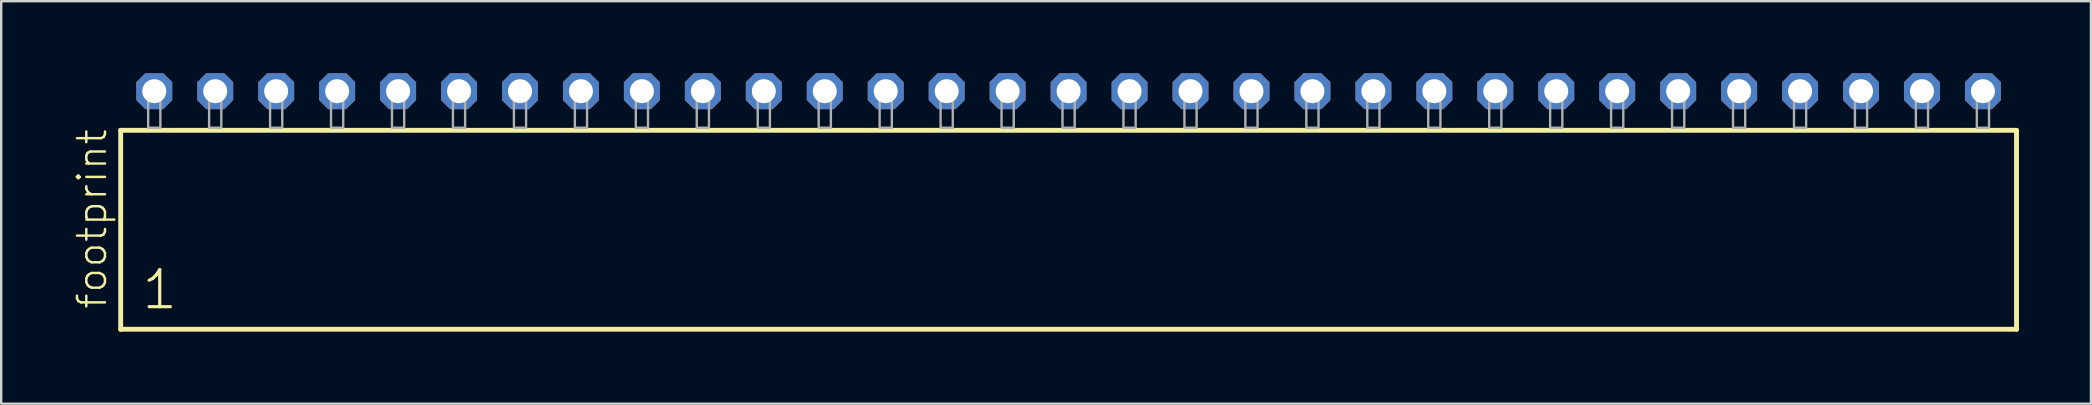
<source format=kicad_pcb>
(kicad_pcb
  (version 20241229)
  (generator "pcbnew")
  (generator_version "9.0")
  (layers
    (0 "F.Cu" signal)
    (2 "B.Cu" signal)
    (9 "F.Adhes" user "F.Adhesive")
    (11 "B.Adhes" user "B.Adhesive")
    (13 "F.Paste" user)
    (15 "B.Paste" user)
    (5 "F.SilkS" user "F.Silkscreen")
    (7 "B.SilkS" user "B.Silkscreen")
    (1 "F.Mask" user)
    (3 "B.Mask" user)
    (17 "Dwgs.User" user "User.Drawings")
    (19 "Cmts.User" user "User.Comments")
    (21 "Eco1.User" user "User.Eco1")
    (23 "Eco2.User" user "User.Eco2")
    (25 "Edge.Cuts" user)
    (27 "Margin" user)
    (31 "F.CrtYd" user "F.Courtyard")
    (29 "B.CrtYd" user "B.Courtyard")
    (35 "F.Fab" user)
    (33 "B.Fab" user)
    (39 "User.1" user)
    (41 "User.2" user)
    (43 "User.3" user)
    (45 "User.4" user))
  (footprint "footprint"
    (layer "F.Cu")
    (at 41.478 2.274)
    (property "Reference" "footprint" (at -40.005 7.62 90) (layer "F.SilkS") (effects (font (size 1.168 1.168) (thickness 0.102)) (justify left bottom)))
    (fp_line (start -39.499 0.106) (end -39.499 8.396) (stroke (width 0.203) (type solid)) (layer "F.SilkS"))
    (fp_line (start -39.499 8.396) (end 39.499 8.396) (stroke (width 0.203) (type solid)) (layer "F.SilkS"))
    (fp_line (start 39.499 0.106) (end -39.499 0.106) (stroke (width 0.203) (type solid)) (layer "F.SilkS"))
    (fp_line (start 39.499 8.396) (end 39.499 0.106) (stroke (width 0.203) (type solid)) (layer "F.SilkS"))
    (fp_poly (pts (xy -38.354 0) (xy -37.846 0) (xy -37.846 -1.778) (xy -38.354 -1.778)) (stroke (width 0.1) (type solid)) (fill no) (layer "F.Fab"))
    (fp_poly (pts (xy -35.814 0) (xy -35.306 0) (xy -35.306 -1.778) (xy -35.814 -1.778)) (stroke (width 0.1) (type solid)) (fill no) (layer "F.Fab"))
    (fp_poly (pts (xy -33.274 0) (xy -32.766 0) (xy -32.766 -1.778) (xy -33.274 -1.778)) (stroke (width 0.1) (type solid)) (fill no) (layer "F.Fab"))
    (fp_poly (pts (xy -30.734 0) (xy -30.226 0) (xy -30.226 -1.778) (xy -30.734 -1.778)) (stroke (width 0.1) (type solid)) (fill no) (layer "F.Fab"))
    (fp_poly (pts (xy -28.194 0) (xy -27.686 0) (xy -27.686 -1.778) (xy -28.194 -1.778)) (stroke (width 0.1) (type solid)) (fill no) (layer "F.Fab"))
    (fp_poly (pts (xy -25.654 0) (xy -25.146 0) (xy -25.146 -1.778) (xy -25.654 -1.778)) (stroke (width 0.1) (type solid)) (fill no) (layer "F.Fab"))
    (fp_poly (pts (xy -23.114 0) (xy -22.606 0) (xy -22.606 -1.778) (xy -23.114 -1.778)) (stroke (width 0.1) (type solid)) (fill no) (layer "F.Fab"))
    (fp_poly (pts (xy -20.574 0) (xy -20.066 0) (xy -20.066 -1.778) (xy -20.574 -1.778)) (stroke (width 0.1) (type solid)) (fill no) (layer "F.Fab"))
    (fp_poly (pts (xy -18.034 0) (xy -17.526 0) (xy -17.526 -1.778) (xy -18.034 -1.778)) (stroke (width 0.1) (type solid)) (fill no) (layer "F.Fab"))
    (fp_poly (pts (xy -15.494 0) (xy -14.986 0) (xy -14.986 -1.778) (xy -15.494 -1.778)) (stroke (width 0.1) (type solid)) (fill no) (layer "F.Fab"))
    (fp_poly (pts (xy -12.954 0) (xy -12.446 0) (xy -12.446 -1.778) (xy -12.954 -1.778)) (stroke (width 0.1) (type solid)) (fill no) (layer "F.Fab"))
    (fp_poly (pts (xy -10.414 0) (xy -9.906 0) (xy -9.906 -1.778) (xy -10.414 -1.778)) (stroke (width 0.1) (type solid)) (fill no) (layer "F.Fab"))
    (fp_poly (pts (xy -7.874 0) (xy -7.366 0) (xy -7.366 -1.778) (xy -7.874 -1.778)) (stroke (width 0.1) (type solid)) (fill no) (layer "F.Fab"))
    (fp_poly (pts (xy -5.334 0) (xy -4.826 0) (xy -4.826 -1.778) (xy -5.334 -1.778)) (stroke (width 0.1) (type solid)) (fill no) (layer "F.Fab"))
    (fp_poly (pts (xy -2.794 0) (xy -2.286 0) (xy -2.286 -1.778) (xy -2.794 -1.778)) (stroke (width 0.1) (type solid)) (fill no) (layer "F.Fab"))
    (fp_poly (pts (xy -0.254 0) (xy 0.254 0) (xy 0.254 -1.778) (xy -0.254 -1.778)) (stroke (width 0.1) (type solid)) (fill no) (layer "F.Fab"))
    (fp_poly (pts (xy 2.286 0) (xy 2.794 0) (xy 2.794 -1.778) (xy 2.286 -1.778)) (stroke (width 0.1) (type solid)) (fill no) (layer "F.Fab"))
    (fp_poly (pts (xy 4.826 0) (xy 5.334 0) (xy 5.334 -1.778) (xy 4.826 -1.778)) (stroke (width 0.1) (type solid)) (fill no) (layer "F.Fab"))
    (fp_poly (pts (xy 7.366 0) (xy 7.874 0) (xy 7.874 -1.778) (xy 7.366 -1.778)) (stroke (width 0.1) (type solid)) (fill no) (layer "F.Fab"))
    (fp_poly (pts (xy 9.906 0) (xy 10.414 0) (xy 10.414 -1.778) (xy 9.906 -1.778)) (stroke (width 0.1) (type solid)) (fill no) (layer "F.Fab"))
    (fp_poly (pts (xy 12.446 0) (xy 12.954 0) (xy 12.954 -1.778) (xy 12.446 -1.778)) (stroke (width 0.1) (type solid)) (fill no) (layer "F.Fab"))
    (fp_poly (pts (xy 14.986 0) (xy 15.494 0) (xy 15.494 -1.778) (xy 14.986 -1.778)) (stroke (width 0.1) (type solid)) (fill no) (layer "F.Fab"))
    (fp_poly (pts (xy 17.526 0) (xy 18.034 0) (xy 18.034 -1.778) (xy 17.526 -1.778)) (stroke (width 0.1) (type solid)) (fill no) (layer "F.Fab"))
    (fp_poly (pts (xy 20.066 0) (xy 20.574 0) (xy 20.574 -1.778) (xy 20.066 -1.778)) (stroke (width 0.1) (type solid)) (fill no) (layer "F.Fab"))
    (fp_poly (pts (xy 22.606 0) (xy 23.114 0) (xy 23.114 -1.778) (xy 22.606 -1.778)) (stroke (width 0.1) (type solid)) (fill no) (layer "F.Fab"))
    (fp_poly (pts (xy 25.146 0) (xy 25.654 0) (xy 25.654 -1.778) (xy 25.146 -1.778)) (stroke (width 0.1) (type solid)) (fill no) (layer "F.Fab"))
    (fp_poly (pts (xy 27.686 0) (xy 28.194 0) (xy 28.194 -1.778) (xy 27.686 -1.778)) (stroke (width 0.1) (type solid)) (fill no) (layer "F.Fab"))
    (fp_poly (pts (xy 30.226 0) (xy 30.734 0) (xy 30.734 -1.778) (xy 30.226 -1.778)) (stroke (width 0.1) (type solid)) (fill no) (layer "F.Fab"))
    (fp_poly (pts (xy 32.766 0) (xy 33.274 0) (xy 33.274 -1.778) (xy 32.766 -1.778)) (stroke (width 0.1) (type solid)) (fill no) (layer "F.Fab"))
    (fp_poly (pts (xy 35.306 0) (xy 35.814 0) (xy 35.814 -1.778) (xy 35.306 -1.778)) (stroke (width 0.1) (type solid)) (fill no) (layer "F.Fab"))
    (fp_poly (pts (xy 37.846 0) (xy 38.354 0) (xy 38.354 -1.778) (xy 37.846 -1.778)) (stroke (width 0.1) (type solid)) (fill no) (layer "F.Fab"))
    (fp_text user "1" (at -38.695 7.65 0) (layer "F.SilkS") (effects (font (size 1.542 1.542) (thickness 0.134)) (justify left bottom)))
    (pad "1" thru_hole roundrect (at -38.1 -1.524) (size 1.5 1.5) (drill 1) (layers "*.Cu" "*.Mask") (roundrect_rratio 0.25) (chamfer_ratio 0.25) (chamfer top_left top_right bottom_left bottom_right))
    (pad "2" thru_hole roundrect (at -35.56 -1.524) (size 1.5 1.5) (drill 1) (layers "*.Cu" "*.Mask") (roundrect_rratio 0.25) (chamfer_ratio 0.25) (chamfer top_left top_right bottom_left bottom_right))
    (pad "3" thru_hole roundrect (at -33.02 -1.524) (size 1.5 1.5) (drill 1) (layers "*.Cu" "*.Mask") (roundrect_rratio 0.25) (chamfer_ratio 0.25) (chamfer top_left top_right bottom_left bottom_right))
    (pad "4" thru_hole roundrect (at -30.48 -1.524) (size 1.5 1.5) (drill 1) (layers "*.Cu" "*.Mask") (roundrect_rratio 0.25) (chamfer_ratio 0.25) (chamfer top_left top_right bottom_left bottom_right))
    (pad "5" thru_hole roundrect (at -27.94 -1.524) (size 1.5 1.5) (drill 1) (layers "*.Cu" "*.Mask") (roundrect_rratio 0.25) (chamfer_ratio 0.25) (chamfer top_left top_right bottom_left bottom_right))
    (pad "6" thru_hole roundrect (at -25.4 -1.524) (size 1.5 1.5) (drill 1) (layers "*.Cu" "*.Mask") (roundrect_rratio 0.25) (chamfer_ratio 0.25) (chamfer top_left top_right bottom_left bottom_right))
    (pad "7" thru_hole roundrect (at -22.86 -1.524) (size 1.5 1.5) (drill 1) (layers "*.Cu" "*.Mask") (roundrect_rratio 0.25) (chamfer_ratio 0.25) (chamfer top_left top_right bottom_left bottom_right))
    (pad "8" thru_hole roundrect (at -20.32 -1.524) (size 1.5 1.5) (drill 1) (layers "*.Cu" "*.Mask") (roundrect_rratio 0.25) (chamfer_ratio 0.25) (chamfer top_left top_right bottom_left bottom_right))
    (pad "9" thru_hole roundrect (at -17.78 -1.524) (size 1.5 1.5) (drill 1) (layers "*.Cu" "*.Mask") (roundrect_rratio 0.25) (chamfer_ratio 0.25) (chamfer top_left top_right bottom_left bottom_right))
    (pad "10" thru_hole roundrect (at -15.24 -1.524) (size 1.5 1.5) (drill 1) (layers "*.Cu" "*.Mask") (roundrect_rratio 0.25) (chamfer_ratio 0.25) (chamfer top_left top_right bottom_left bottom_right))
    (pad "11" thru_hole roundrect (at -12.7 -1.524) (size 1.5 1.5) (drill 1) (layers "*.Cu" "*.Mask") (roundrect_rratio 0.25) (chamfer_ratio 0.25) (chamfer top_left top_right bottom_left bottom_right))
    (pad "12" thru_hole roundrect (at -10.16 -1.524) (size 1.5 1.5) (drill 1) (layers "*.Cu" "*.Mask") (roundrect_rratio 0.25) (chamfer_ratio 0.25) (chamfer top_left top_right bottom_left bottom_right))
    (pad "13" thru_hole roundrect (at -7.62 -1.524) (size 1.5 1.5) (drill 1) (layers "*.Cu" "*.Mask") (roundrect_rratio 0.25) (chamfer_ratio 0.25) (chamfer top_left top_right bottom_left bottom_right))
    (pad "14" thru_hole roundrect (at -5.08 -1.524) (size 1.5 1.5) (drill 1) (layers "*.Cu" "*.Mask") (roundrect_rratio 0.25) (chamfer_ratio 0.25) (chamfer top_left top_right bottom_left bottom_right))
    (pad "15" thru_hole roundrect (at -2.54 -1.524) (size 1.5 1.5) (drill 1) (layers "*.Cu" "*.Mask") (roundrect_rratio 0.25) (chamfer_ratio 0.25) (chamfer top_left top_right bottom_left bottom_right))
    (pad "16" thru_hole roundrect (at 0 -1.524) (size 1.5 1.5) (drill 1) (layers "*.Cu" "*.Mask") (roundrect_rratio 0.25) (chamfer_ratio 0.25) (chamfer top_left top_right bottom_left bottom_right))
    (pad "17" thru_hole roundrect (at 2.54 -1.524) (size 1.5 1.5) (drill 1) (layers "*.Cu" "*.Mask") (roundrect_rratio 0.25) (chamfer_ratio 0.25) (chamfer top_left top_right bottom_left bottom_right))
    (pad "18" thru_hole roundrect (at 5.08 -1.524) (size 1.5 1.5) (drill 1) (layers "*.Cu" "*.Mask") (roundrect_rratio 0.25) (chamfer_ratio 0.25) (chamfer top_left top_right bottom_left bottom_right))
    (pad "19" thru_hole roundrect (at 7.62 -1.524) (size 1.5 1.5) (drill 1) (layers "*.Cu" "*.Mask") (roundrect_rratio 0.25) (chamfer_ratio 0.25) (chamfer top_left top_right bottom_left bottom_right))
    (pad "20" thru_hole roundrect (at 10.16 -1.524) (size 1.5 1.5) (drill 1) (layers "*.Cu" "*.Mask") (roundrect_rratio 0.25) (chamfer_ratio 0.25) (chamfer top_left top_right bottom_left bottom_right))
    (pad "21" thru_hole roundrect (at 12.7 -1.524) (size 1.5 1.5) (drill 1) (layers "*.Cu" "*.Mask") (roundrect_rratio 0.25) (chamfer_ratio 0.25) (chamfer top_left top_right bottom_left bottom_right))
    (pad "22" thru_hole roundrect (at 15.24 -1.524) (size 1.5 1.5) (drill 1) (layers "*.Cu" "*.Mask") (roundrect_rratio 0.25) (chamfer_ratio 0.25) (chamfer top_left top_right bottom_left bottom_right))
    (pad "23" thru_hole roundrect (at 17.78 -1.524) (size 1.5 1.5) (drill 1) (layers "*.Cu" "*.Mask") (roundrect_rratio 0.25) (chamfer_ratio 0.25) (chamfer top_left top_right bottom_left bottom_right))
    (pad "24" thru_hole roundrect (at 20.32 -1.524) (size 1.5 1.5) (drill 1) (layers "*.Cu" "*.Mask") (roundrect_rratio 0.25) (chamfer_ratio 0.25) (chamfer top_left top_right bottom_left bottom_right))
    (pad "25" thru_hole roundrect (at 22.86 -1.524) (size 1.5 1.5) (drill 1) (layers "*.Cu" "*.Mask") (roundrect_rratio 0.25) (chamfer_ratio 0.25) (chamfer top_left top_right bottom_left bottom_right))
    (pad "26" thru_hole roundrect (at 25.4 -1.524) (size 1.5 1.5) (drill 1) (layers "*.Cu" "*.Mask") (roundrect_rratio 0.25) (chamfer_ratio 0.25) (chamfer top_left top_right bottom_left bottom_right))
    (pad "27" thru_hole roundrect (at 27.94 -1.524) (size 1.5 1.5) (drill 1) (layers "*.Cu" "*.Mask") (roundrect_rratio 0.25) (chamfer_ratio 0.25) (chamfer top_left top_right bottom_left bottom_right))
    (pad "28" thru_hole roundrect (at 30.48 -1.524) (size 1.5 1.5) (drill 1) (layers "*.Cu" "*.Mask") (roundrect_rratio 0.25) (chamfer_ratio 0.25) (chamfer top_left top_right bottom_left bottom_right))
    (pad "29" thru_hole roundrect (at 33.02 -1.524) (size 1.5 1.5) (drill 1) (layers "*.Cu" "*.Mask") (roundrect_rratio 0.25) (chamfer_ratio 0.25) (chamfer top_left top_right bottom_left bottom_right))
    (pad "30" thru_hole roundrect (at 35.56 -1.524) (size 1.5 1.5) (drill 1) (layers "*.Cu" "*.Mask") (roundrect_rratio 0.25) (chamfer_ratio 0.25) (chamfer top_left top_right bottom_left bottom_right))
    (pad "31" thru_hole roundrect (at 38.1 -1.524) (size 1.5 1.5) (drill 1) (layers "*.Cu" "*.Mask") (roundrect_rratio 0.25) (chamfer_ratio 0.25) (chamfer top_left top_right bottom_left bottom_right)))
  (gr_rect
    (start -3 -3)
    (end 84.079 13.772)
    (stroke (width 0.1) (type default))
    (fill no)
    (layer "Edge.Cuts")))
</source>
